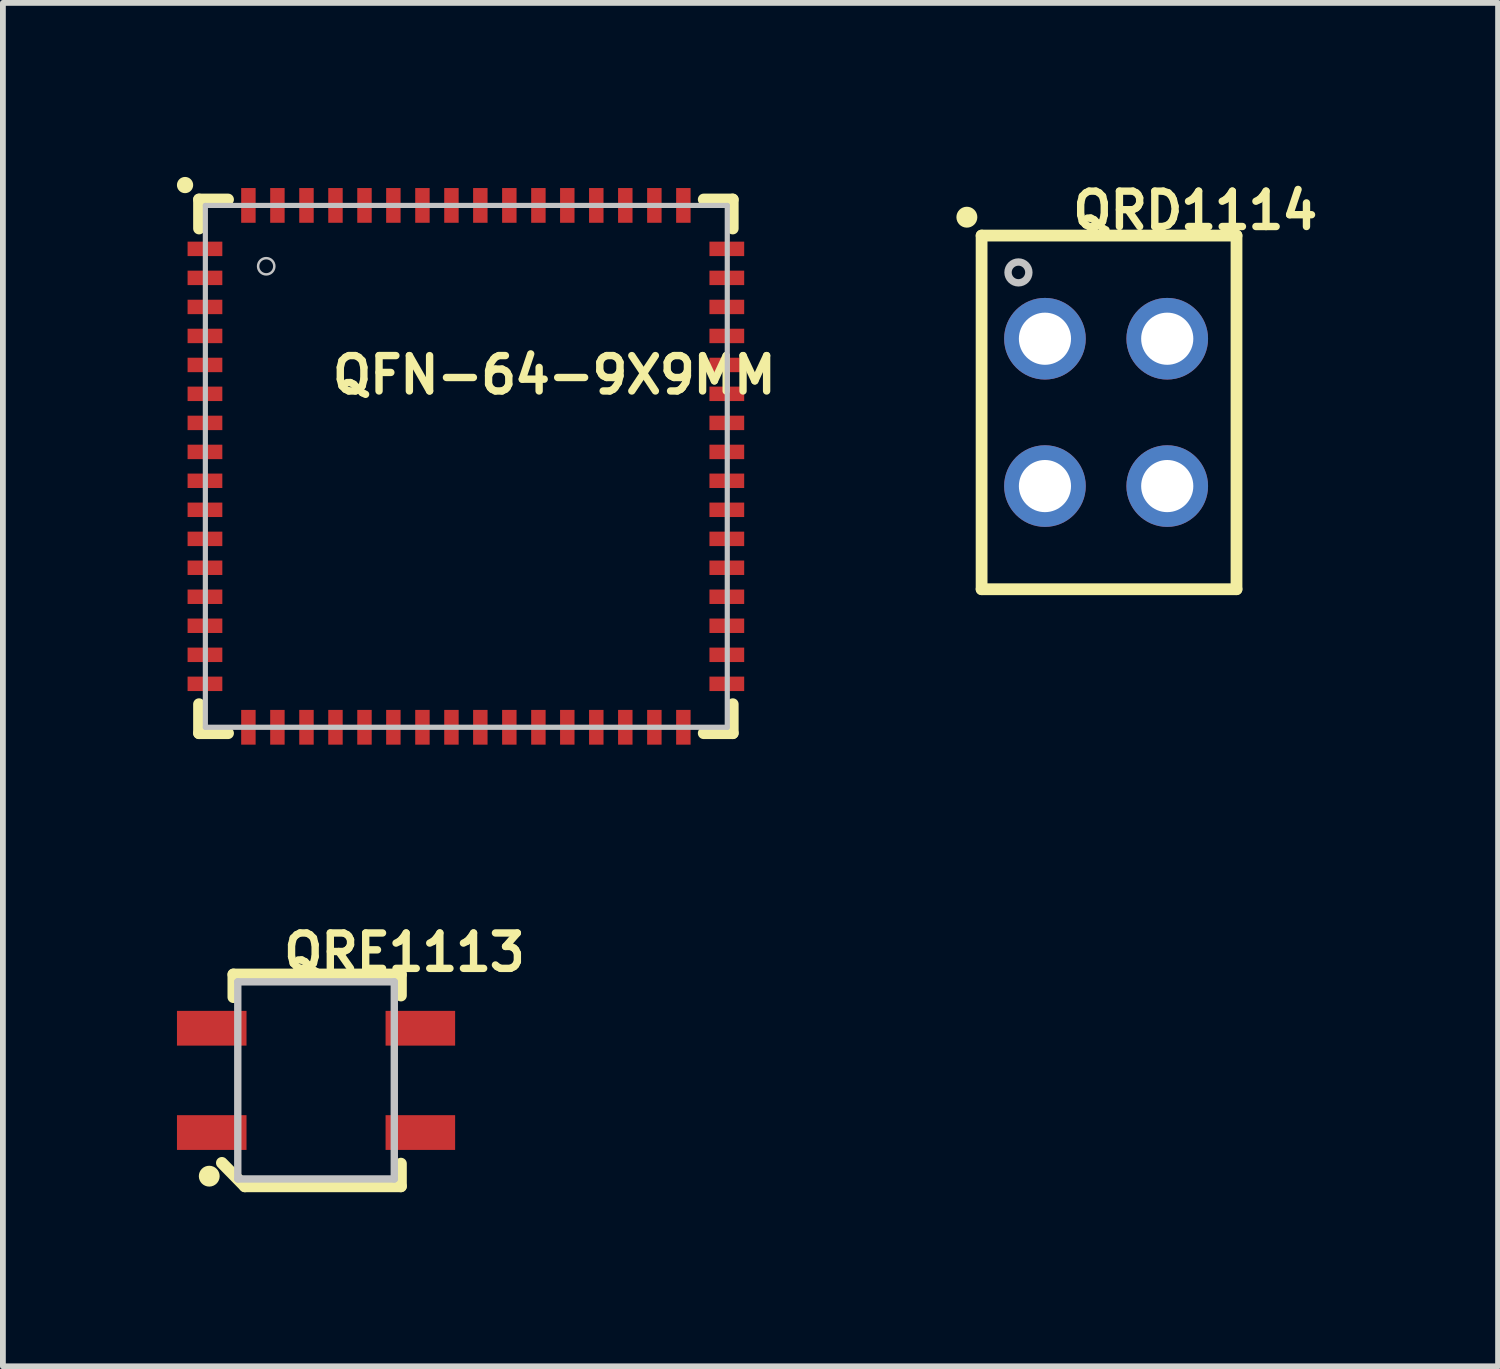
<source format=kicad_pcb>
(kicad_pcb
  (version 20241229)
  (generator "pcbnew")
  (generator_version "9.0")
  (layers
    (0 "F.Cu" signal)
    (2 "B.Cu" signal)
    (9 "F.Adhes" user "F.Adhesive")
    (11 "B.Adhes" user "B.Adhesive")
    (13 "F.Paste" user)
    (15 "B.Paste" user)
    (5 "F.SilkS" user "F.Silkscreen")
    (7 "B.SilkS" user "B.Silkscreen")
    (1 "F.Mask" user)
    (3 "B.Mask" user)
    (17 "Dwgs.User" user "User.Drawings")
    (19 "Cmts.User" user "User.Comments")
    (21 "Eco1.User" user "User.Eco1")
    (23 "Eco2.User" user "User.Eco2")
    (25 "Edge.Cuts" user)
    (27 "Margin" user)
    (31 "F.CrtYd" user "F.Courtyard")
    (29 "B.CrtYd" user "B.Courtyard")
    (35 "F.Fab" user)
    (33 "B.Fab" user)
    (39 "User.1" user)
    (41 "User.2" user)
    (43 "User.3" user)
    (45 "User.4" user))
  (footprint "QFN-64-9X9MM"
    (layer "F.Cu")
    (at 4.981 4.989)
    (property "Reference" "QFN-64-9X9MM" (at 1.524 -1.575 0) (layer "F.SilkS") (effects (font (size 0.61 0.61) (thickness 0.127))))
    (attr smd)
    (fp_line (start -4.6 -4.6) (end -4.6 -4.1) (stroke (width 0.203) (type solid)) (layer "F.SilkS"))
    (fp_line (start -4.6 -4.6) (end -4.1 -4.6) (stroke (width 0.203) (type solid)) (layer "F.SilkS"))
    (fp_line (start -4.6 4.6) (end -4.6 4.1) (stroke (width 0.203) (type solid)) (layer "F.SilkS"))
    (fp_line (start -4.6 4.6) (end -4.1 4.6) (stroke (width 0.203) (type solid)) (layer "F.SilkS"))
    (fp_line (start 4.6 -4.6) (end 4.1 -4.6) (stroke (width 0.203) (type solid)) (layer "F.SilkS"))
    (fp_line (start 4.6 -4.6) (end 4.6 -4.1) (stroke (width 0.203) (type solid)) (layer "F.SilkS"))
    (fp_line (start 4.6 4.6) (end 4.1 4.6) (stroke (width 0.203) (type solid)) (layer "F.SilkS"))
    (fp_line (start 4.6 4.6) (end 4.6 4.1) (stroke (width 0.203) (type solid)) (layer "F.SilkS"))
    (fp_circle (center -4.841 -4.849) (end -4.94 -4.948) (stroke (width 0) (type solid)) (fill yes) (layer "F.SilkS"))
    (fp_line (start -4.491 -4.498) (end -4.491 4.498) (stroke (width 0.089) (type solid)) (layer "Dwgs.User"))
    (fp_line (start -4.491 4.498) (end 4.506 4.498) (stroke (width 0.089) (type solid)) (layer "Dwgs.User"))
    (fp_line (start 4.506 -4.498) (end -4.491 -4.498) (stroke (width 0.089) (type solid)) (layer "Dwgs.User"))
    (fp_line (start 4.506 4.498) (end 4.506 -4.498) (stroke (width 0.089) (type solid)) (layer "Dwgs.User"))
    (fp_circle (center -3.442 -3.449) (end -3.541 -3.548) (stroke (width 0.043) (type solid)) (fill no) (layer "Dwgs.User"))
    (pad "1" smd rect (at -4.498 -3.749 270) (size 0.249 0.599) (layers "F.Cu" "F.Mask" "F.Paste"))
    (pad "2" smd rect (at -4.498 -3.249 270) (size 0.249 0.599) (layers "F.Cu" "F.Mask" "F.Paste"))
    (pad "3" smd rect (at -4.498 -2.748 270) (size 0.249 0.599) (layers "F.Cu" "F.Mask" "F.Paste"))
    (pad "4" smd rect (at -4.498 -2.248 270) (size 0.249 0.599) (layers "F.Cu" "F.Mask" "F.Paste"))
    (pad "5" smd rect (at -4.498 -1.748 270) (size 0.249 0.599) (layers "F.Cu" "F.Mask" "F.Paste"))
    (pad "6" smd rect (at -4.498 -1.25 270) (size 0.249 0.599) (layers "F.Cu" "F.Mask" "F.Paste"))
    (pad "7" smd rect (at -4.498 -0.749 270) (size 0.249 0.599) (layers "F.Cu" "F.Mask" "F.Paste"))
    (pad "8" smd rect (at -4.498 -0.249 270) (size 0.249 0.599) (layers "F.Cu" "F.Mask" "F.Paste"))
    (pad "9" smd rect (at -4.498 0.249 270) (size 0.249 0.599) (layers "F.Cu" "F.Mask" "F.Paste"))
    (pad "10" smd rect (at -4.498 0.749 270) (size 0.249 0.599) (layers "F.Cu" "F.Mask" "F.Paste"))
    (pad "11" smd rect (at -4.498 1.25 270) (size 0.249 0.599) (layers "F.Cu" "F.Mask" "F.Paste"))
    (pad "12" smd rect (at -4.498 1.748 270) (size 0.249 0.599) (layers "F.Cu" "F.Mask" "F.Paste"))
    (pad "13" smd rect (at -4.498 2.248 270) (size 0.249 0.599) (layers "F.Cu" "F.Mask" "F.Paste"))
    (pad "14" smd rect (at -4.498 2.748 270) (size 0.249 0.599) (layers "F.Cu" "F.Mask" "F.Paste"))
    (pad "15" smd rect (at -4.498 3.249 90) (size 0.249 0.599) (layers "F.Cu" "F.Mask" "F.Paste"))
    (pad "16" smd rect (at -4.498 3.749 90) (size 0.249 0.599) (layers "F.Cu" "F.Mask" "F.Paste"))
    (pad "17" smd rect (at -3.749 4.498 180) (size 0.249 0.599) (layers "F.Cu" "F.Mask" "F.Paste"))
    (pad "18" smd rect (at -3.249 4.498 180) (size 0.249 0.599) (layers "F.Cu" "F.Mask" "F.Paste"))
    (pad "19" smd rect (at -2.748 4.498 180) (size 0.249 0.599) (layers "F.Cu" "F.Mask" "F.Paste"))
    (pad "20" smd rect (at -2.248 4.498 180) (size 0.249 0.599) (layers "F.Cu" "F.Mask" "F.Paste"))
    (pad "21" smd rect (at -1.748 4.498 180) (size 0.249 0.599) (layers "F.Cu" "F.Mask" "F.Paste"))
    (pad "22" smd rect (at -1.25 4.498 180) (size 0.249 0.599) (layers "F.Cu" "F.Mask" "F.Paste"))
    (pad "23" smd rect (at -0.749 4.498 180) (size 0.249 0.599) (layers "F.Cu" "F.Mask" "F.Paste"))
    (pad "24" smd rect (at -0.249 4.498 180) (size 0.249 0.599) (layers "F.Cu" "F.Mask" "F.Paste"))
    (pad "25" smd rect (at 0.249 4.498 180) (size 0.249 0.599) (layers "F.Cu" "F.Mask" "F.Paste"))
    (pad "26" smd rect (at 0.749 4.498 180) (size 0.249 0.599) (layers "F.Cu" "F.Mask" "F.Paste"))
    (pad "27" smd rect (at 1.25 4.498 180) (size 0.249 0.599) (layers "F.Cu" "F.Mask" "F.Paste"))
    (pad "28" smd rect (at 1.748 4.498 180) (size 0.249 0.599) (layers "F.Cu" "F.Mask" "F.Paste"))
    (pad "29" smd rect (at 2.248 4.498) (size 0.249 0.599) (layers "F.Cu" "F.Mask" "F.Paste"))
    (pad "30" smd rect (at 2.748 4.498) (size 0.249 0.599) (layers "F.Cu" "F.Mask" "F.Paste"))
    (pad "31" smd rect (at 3.249 4.498) (size 0.249 0.599) (layers "F.Cu" "F.Mask" "F.Paste"))
    (pad "32" smd rect (at 3.749 4.498) (size 0.249 0.599) (layers "F.Cu" "F.Mask" "F.Paste"))
    (pad "33" smd rect (at 4.498 3.749 90) (size 0.249 0.599) (layers "F.Cu" "F.Mask" "F.Paste"))
    (pad "34" smd rect (at 4.498 3.249 90) (size 0.249 0.599) (layers "F.Cu" "F.Mask" "F.Paste"))
    (pad "35" smd rect (at 4.498 2.748 90) (size 0.249 0.599) (layers "F.Cu" "F.Mask" "F.Paste"))
    (pad "36" smd rect (at 4.498 2.248 90) (size 0.249 0.599) (layers "F.Cu" "F.Mask" "F.Paste"))
    (pad "37" smd rect (at 4.498 1.748 90) (size 0.249 0.599) (layers "F.Cu" "F.Mask" "F.Paste"))
    (pad "38" smd rect (at 4.498 1.25 90) (size 0.249 0.599) (layers "F.Cu" "F.Mask" "F.Paste"))
    (pad "39" smd rect (at 4.498 0.749 90) (size 0.249 0.599) (layers "F.Cu" "F.Mask" "F.Paste"))
    (pad "40" smd rect (at 4.498 0.249 90) (size 0.249 0.599) (layers "F.Cu" "F.Mask" "F.Paste"))
    (pad "41" smd rect (at 4.498 -0.249 90) (size 0.249 0.599) (layers "F.Cu" "F.Mask" "F.Paste"))
    (pad "42" smd rect (at 4.498 -0.749 90) (size 0.249 0.599) (layers "F.Cu" "F.Mask" "F.Paste"))
    (pad "43" smd rect (at 4.498 -1.25 90) (size 0.249 0.599) (layers "F.Cu" "F.Mask" "F.Paste"))
    (pad "44" smd rect (at 4.498 -1.748 90) (size 0.249 0.599) (layers "F.Cu" "F.Mask" "F.Paste"))
    (pad "45" smd rect (at 4.498 -2.248 90) (size 0.249 0.599) (layers "F.Cu" "F.Mask" "F.Paste"))
    (pad "46" smd rect (at 4.498 -2.748 90) (size 0.249 0.599) (layers "F.Cu" "F.Mask" "F.Paste"))
    (pad "47" smd rect (at 4.498 -3.249 90) (size 0.249 0.599) (layers "F.Cu" "F.Mask" "F.Paste"))
    (pad "48" smd rect (at 4.498 -3.749 90) (size 0.249 0.599) (layers "F.Cu" "F.Mask" "F.Paste"))
    (pad "49" smd rect (at 3.749 -4.498) (size 0.249 0.599) (layers "F.Cu" "F.Mask" "F.Paste"))
    (pad "50" smd rect (at 3.249 -4.498) (size 0.249 0.599) (layers "F.Cu" "F.Mask" "F.Paste"))
    (pad "51" smd rect (at 2.748 -4.498) (size 0.249 0.599) (layers "F.Cu" "F.Mask" "F.Paste"))
    (pad "52" smd rect (at 2.248 -4.498) (size 0.249 0.599) (layers "F.Cu" "F.Mask" "F.Paste"))
    (pad "53" smd rect (at 1.748 -4.498) (size 0.249 0.599) (layers "F.Cu" "F.Mask" "F.Paste"))
    (pad "54" smd rect (at 1.25 -4.498) (size 0.249 0.599) (layers "F.Cu" "F.Mask" "F.Paste"))
    (pad "55" smd rect (at 0.749 -4.498) (size 0.249 0.599) (layers "F.Cu" "F.Mask" "F.Paste"))
    (pad "56" smd rect (at 0.249 -4.498) (size 0.249 0.599) (layers "F.Cu" "F.Mask" "F.Paste"))
    (pad "57" smd rect (at -0.249 -4.498) (size 0.249 0.599) (layers "F.Cu" "F.Mask" "F.Paste"))
    (pad "58" smd rect (at -0.749 -4.498) (size 0.249 0.599) (layers "F.Cu" "F.Mask" "F.Paste"))
    (pad "59" smd rect (at -1.25 -4.498) (size 0.249 0.599) (layers "F.Cu" "F.Mask" "F.Paste"))
    (pad "60" smd rect (at -1.748 -4.498) (size 0.249 0.599) (layers "F.Cu" "F.Mask" "F.Paste"))
    (pad "61" smd rect (at -2.248 -4.498) (size 0.249 0.599) (layers "F.Cu" "F.Mask" "F.Paste"))
    (pad "62" smd rect (at -2.748 -4.498) (size 0.249 0.599) (layers "F.Cu" "F.Mask" "F.Paste"))
    (pad "63" smd rect (at -3.249 -4.498) (size 0.249 0.599) (layers "F.Cu" "F.Mask" "F.Paste"))
    (pad "64" smd rect (at -3.749 -4.498) (size 0.249 0.599) (layers "F.Cu" "F.Mask" "F.Paste")))
  (footprint "QRE1113"
    (layer "F.Cu")
    (at 2.398 15.574)
    (property "Reference" "QRE1113" (at 1.524 -2.207 0) (layer "F.SilkS") (effects (font (size 0.61 0.61) (thickness 0.127))))
    (attr smd)
    (fp_line (start -1.623 1.422) (end -1.227 1.826) (stroke (width 0.203) (type solid)) (layer "F.SilkS"))
    (fp_line (start -1.425 -1.826) (end 1.463 -1.826) (stroke (width 0.203) (type solid)) (layer "F.SilkS"))
    (fp_line (start -1.425 -1.435) (end -1.425 -1.826) (stroke (width 0.203) (type solid)) (layer "F.SilkS"))
    (fp_line (start -1.227 1.826) (end 1.463 1.826) (stroke (width 0.203) (type solid)) (layer "F.SilkS"))
    (fp_line (start 1.463 -1.826) (end 1.463 -1.463) (stroke (width 0.203) (type solid)) (layer "F.SilkS"))
    (fp_line (start 1.463 1.826) (end 1.463 1.435) (stroke (width 0.203) (type solid)) (layer "F.SilkS"))
    (fp_circle (center -1.841 1.651) (end -1.968 1.778) (stroke (width 0) (type solid)) (fill yes) (layer "F.SilkS"))
    (fp_line (start -1.349 -1.699) (end -1.349 1.699) (stroke (width 0.127) (type solid)) (layer "Dwgs.User"))
    (fp_line (start -1.349 1.699) (end 1.349 1.699) (stroke (width 0.127) (type solid)) (layer "Dwgs.User"))
    (fp_line (start 1.349 -1.699) (end -1.349 -1.699) (stroke (width 0.127) (type solid)) (layer "Dwgs.User"))
    (fp_line (start 1.349 1.699) (end 1.349 -1.699) (stroke (width 0.127) (type solid)) (layer "Dwgs.User"))
    (pad "1" smd rect (at -1.798 0.899) (size 1.199 0.599) (layers "F.Cu" "F.Mask" "F.Paste"))
    (pad "2" smd rect (at 1.798 0.899) (size 1.199 0.599) (layers "F.Cu" "F.Mask" "F.Paste"))
    (pad "3" smd rect (at 1.798 -0.899) (size 1.199 0.599) (layers "F.Cu" "F.Mask" "F.Paste"))
    (pad "4" smd rect (at -1.798 -0.899) (size 1.199 0.599) (layers "F.Cu" "F.Mask" "F.Paste")))
  (footprint "QRD1114"
    (layer "F.Cu")
    (at 16.03 4.059)
    (property "Reference" "QRD1114" (at 1.524 -3.48 0) (layer "F.SilkS") (effects (font (size 0.61 0.61) (thickness 0.127))))
    (attr exclude_from_pos_files exclude_from_bom)
    (fp_line (start -2.159 -3.048) (end -2.159 3.048) (stroke (width 0.203) (type solid)) (layer "F.SilkS"))
    (fp_line (start -2.159 -3.048) (end 2.235 -3.048) (stroke (width 0.203) (type solid)) (layer "F.SilkS"))
    (fp_line (start -2.159 3.048) (end 2.235 3.048) (stroke (width 0.203) (type solid)) (layer "F.SilkS"))
    (fp_line (start 2.235 -3.048) (end 2.235 3.048) (stroke (width 0.203) (type solid)) (layer "F.SilkS"))
    (fp_circle (center -2.413 -3.365) (end -2.54 -3.493) (stroke (width 0) (type solid)) (fill yes) (layer "F.SilkS"))
    (fp_circle (center -1.524 -2.413) (end -1.651 -2.54) (stroke (width 0.127) (type solid)) (fill no) (layer "Dwgs.User"))
    (pad "1" thru_hole circle (at -1.067 -1.27) (size 1.407 1.407) (drill 0.899) (layers "*.Cu" "*.Paste" "*.Mask"))
    (pad "2" thru_hole circle (at -1.067 1.27) (size 1.407 1.407) (drill 0.899) (layers "*.Cu" "*.Paste" "*.Mask"))
    (pad "3" thru_hole circle (at 1.041 1.27) (size 1.407 1.407) (drill 0.899) (layers "*.Cu" "*.Paste" "*.Mask"))
    (pad "4" thru_hole circle (at 1.041 -1.27) (size 1.407 1.407) (drill 0.899) (layers "*.Cu" "*.Paste" "*.Mask")))
  (gr_rect
    (start -3 -3)
    (end 22.774 20.502)
    (stroke (width 0.1) (type default))
    (fill no)
    (layer "Edge.Cuts")))
</source>
